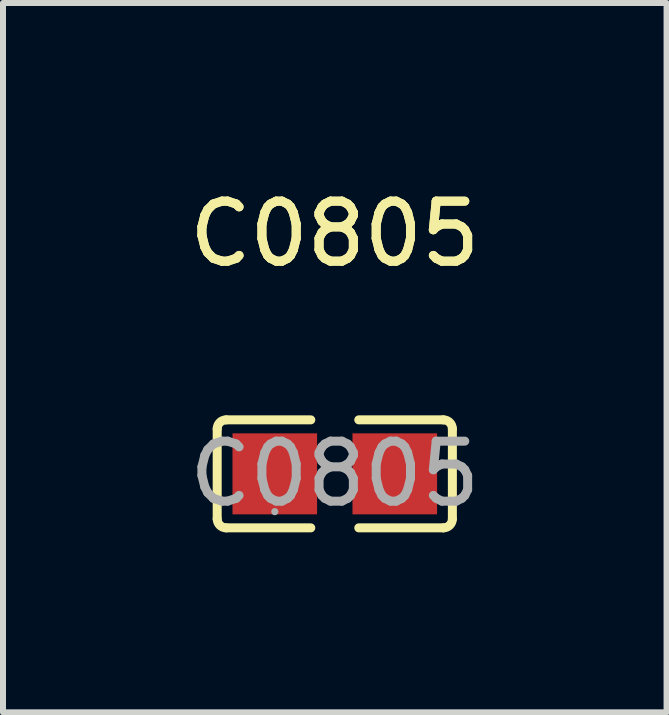
<source format=kicad_pcb>
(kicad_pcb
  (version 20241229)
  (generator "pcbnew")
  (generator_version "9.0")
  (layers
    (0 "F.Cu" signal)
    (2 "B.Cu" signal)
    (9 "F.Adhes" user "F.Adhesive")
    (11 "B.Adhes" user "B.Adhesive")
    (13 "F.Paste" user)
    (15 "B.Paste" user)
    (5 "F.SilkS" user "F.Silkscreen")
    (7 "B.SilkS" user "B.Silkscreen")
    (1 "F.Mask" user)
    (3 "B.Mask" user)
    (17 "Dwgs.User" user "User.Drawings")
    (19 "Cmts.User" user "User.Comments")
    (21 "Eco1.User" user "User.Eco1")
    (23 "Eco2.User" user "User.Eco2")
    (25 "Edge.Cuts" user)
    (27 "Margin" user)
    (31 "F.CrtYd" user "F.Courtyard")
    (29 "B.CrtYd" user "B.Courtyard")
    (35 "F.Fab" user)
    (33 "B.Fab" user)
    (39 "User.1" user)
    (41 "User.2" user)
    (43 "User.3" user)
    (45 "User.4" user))
  (footprint "C0805"
    (layer "F.Cu")
    (at 2.53 4.848)
    (property "Reference" "C0805" (at 0 -4 0) (layer "F.SilkS") (effects (font (size 1 1) (thickness 0.15))))
    (attr smd)
    (fp_line (start -1.96 0.75) (end -1.96 -0.75) (stroke (width 0.15) (type solid)) (layer "F.SilkS"))
    (fp_line (start -1.81 -0.9) (end -0.4 -0.9) (stroke (width 0.15) (type solid)) (layer "F.SilkS"))
    (fp_line (start -0.4 0.9) (end -1.81 0.9) (stroke (width 0.15) (type solid)) (layer "F.SilkS"))
    (fp_line (start 0.4 0.9) (end 1.81 0.9) (stroke (width 0.15) (type solid)) (layer "F.SilkS"))
    (fp_line (start 1.81 -0.9) (end 0.4 -0.9) (stroke (width 0.15) (type solid)) (layer "F.SilkS"))
    (fp_line (start 1.96 0.75) (end 1.96 -0.75) (stroke (width 0.15) (type solid)) (layer "F.SilkS"))
    (fp_arc (start -1.96 -0.75) (mid -1.916066 -0.856066) (end -1.81 -0.9) (stroke (width 0.15) (type solid)) (layer "F.SilkS"))
    (fp_arc (start -1.81 0.9) (mid -1.916066 0.856066) (end -1.96 0.75) (stroke (width 0.15) (type solid)) (layer "F.SilkS"))
    (fp_arc (start 1.81 -0.9) (mid 1.916066 -0.856066) (end 1.96 -0.75) (stroke (width 0.15) (type solid)) (layer "F.SilkS"))
    (fp_arc (start 1.96 0.75) (mid 1.916066 0.856066) (end 1.81 0.9) (stroke (width 0.15) (type solid)) (layer "F.SilkS"))
    (fp_circle (center -1 0.63) (end -0.97 0.63) (stroke (width 0.06) (type solid)) (fill no) (layer "F.Fab"))
    (fp_text user "${REFERENCE}" (at 0 -4 0) (layer "F.SilkS") (effects (font (size 1 1) (thickness 0.15))))
    (fp_text user "${REFERENCE}" (at 0 0 0) (layer "F.Fab") (effects (font (size 1 1) (thickness 0.15))))
    (pad "1" smd rect (at -1 0) (size 1.41 1.35) (layers "F.Cu" "F.Mask" "F.Paste"))
    (pad "2" smd rect (at 1 0) (size 1.41 1.35) (layers "F.Cu" "F.Mask" "F.Paste")))
  (gr_rect
    (start -3 -3)
    (end 8.06 8.823)
    (stroke (width 0.1) (type default))
    (fill no)
    (layer "Edge.Cuts")))
</source>
